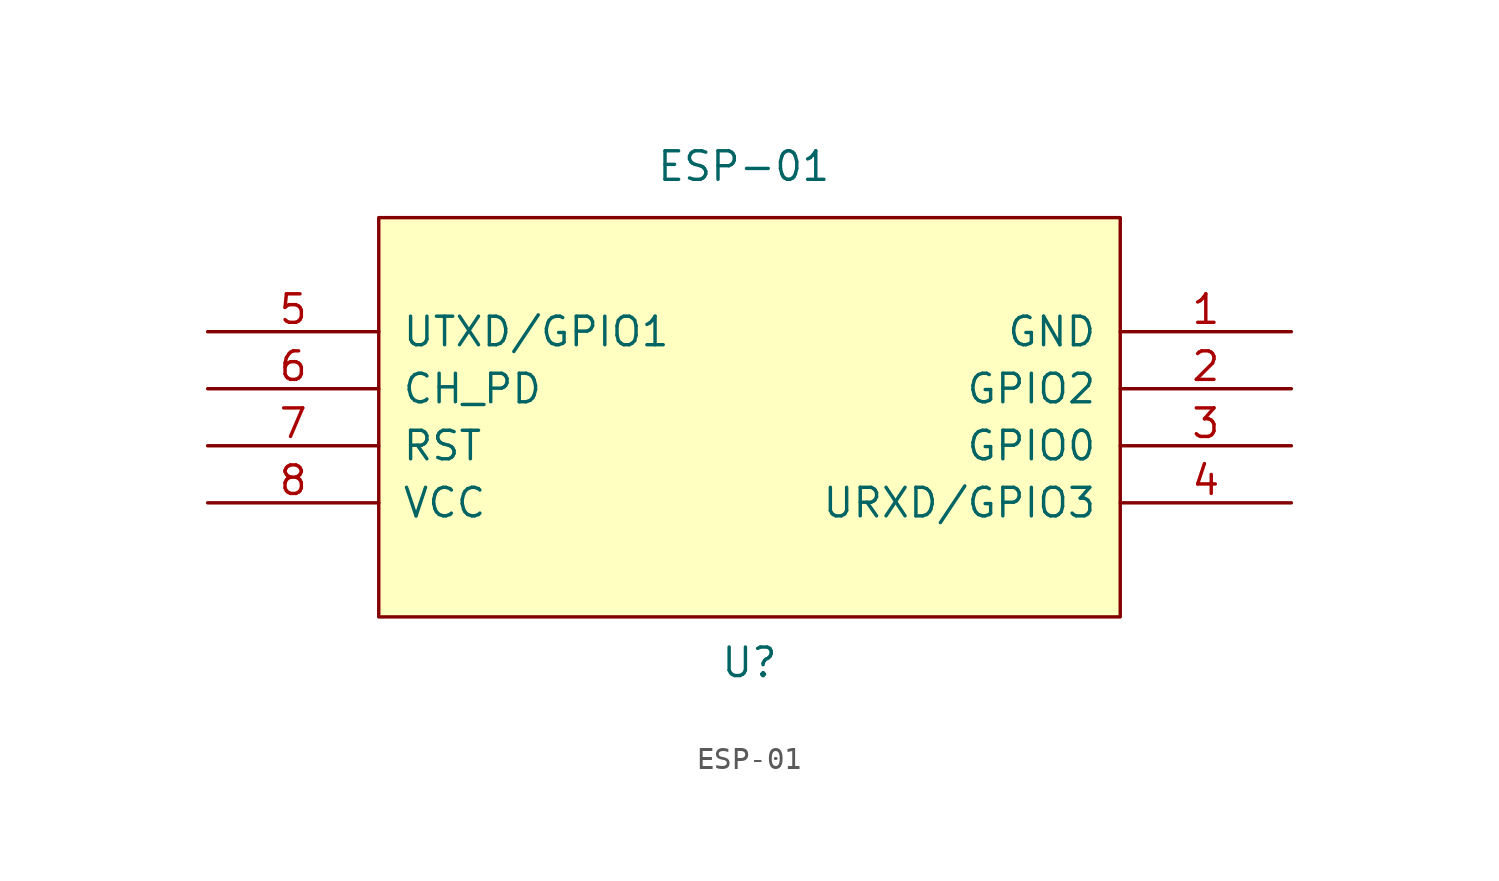
<source format=kicad_sym>
(kicad_symbol_lib
  (version 20241209)
  (generator "kicad_symbol_editor")
  (generator_version "9.0")
  (symbol "ESP-01"
    (pin_names
      (offset 1.016))
    (property "Reference" "U"
      (at 0 -10.922 0)
      (effects (font (size 1.27 1.27))))
    (property "Value" "ESP-01"
      (at -0.254 11.176 0)
      (effects (font (size 1.27 1.27))))
    (symbol "ESP-01_1_0"
      (rectangle (start -16.51 8.89) (end 16.51 -8.89) (stroke (width 0) (type solid)) (fill (type background))))
    (symbol "ESP-01_1_1"
      (pin output line (at -24.13 3.81 0) (length 7.62) (name "UTXD/GPIO1" (effects (font (size 1.27 1.27)))) (number "5" (effects (font (size 1.27 1.27)))))
      (pin input line (at -24.13 1.27 0) (length 7.62) (name "CH_PD" (effects (font (size 1.27 1.27)))) (number "6" (effects (font (size 1.27 1.27)))))
      (pin input line (at -24.13 -1.27 0) (length 7.62) (name "RST" (effects (font (size 1.27 1.27)))) (number "7" (effects (font (size 1.27 1.27)))))
      (pin power_in line (at -24.13 -3.81 0) (length 7.62) (name "VCC" (effects (font (size 1.27 1.27)))) (number "8" (effects (font (size 1.27 1.27)))))
      (pin power_in line (at 24.13 3.81 180) (length 7.62) (name "GND" (effects (font (size 1.27 1.27)))) (number "1" (effects (font (size 1.27 1.27)))))
      (pin tri_state line (at 24.13 1.27 180) (length 7.62) (name "GPIO2" (effects (font (size 1.27 1.27)))) (number "2" (effects (font (size 1.27 1.27)))))
      (pin tri_state line (at 24.13 -1.27 180) (length 7.62) (name "GPIO0" (effects (font (size 1.27 1.27)))) (number "3" (effects (font (size 1.27 1.27)))))
      (pin tri_state line (at 24.13 -3.81 180) (length 7.62) (name "URXD/GPIO3" (effects (font (size 1.27 1.27)))) (number "4" (effects (font (size 1.27 1.27))))))))
</source>
